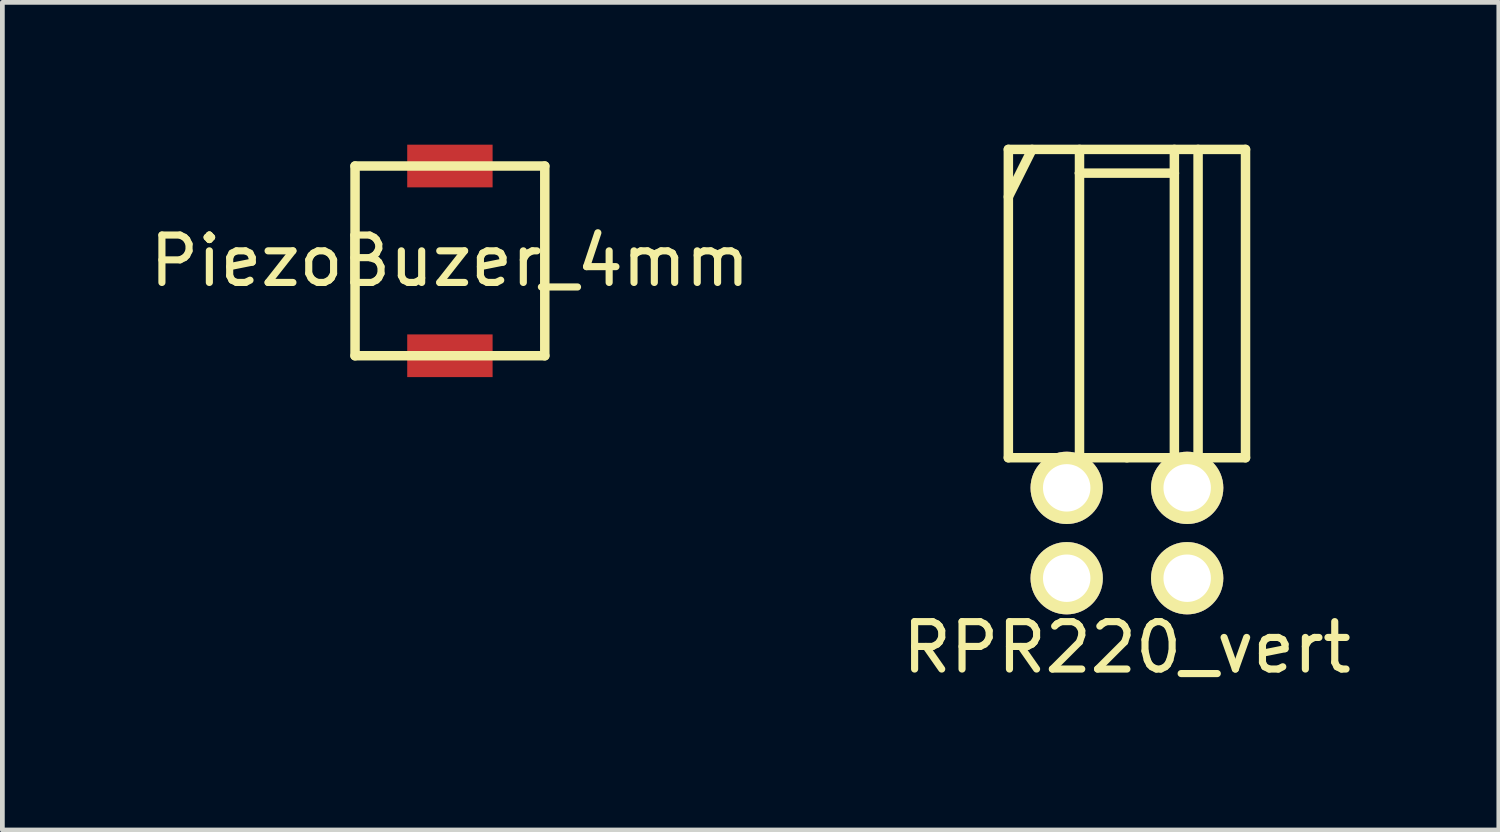
<source format=kicad_pcb>
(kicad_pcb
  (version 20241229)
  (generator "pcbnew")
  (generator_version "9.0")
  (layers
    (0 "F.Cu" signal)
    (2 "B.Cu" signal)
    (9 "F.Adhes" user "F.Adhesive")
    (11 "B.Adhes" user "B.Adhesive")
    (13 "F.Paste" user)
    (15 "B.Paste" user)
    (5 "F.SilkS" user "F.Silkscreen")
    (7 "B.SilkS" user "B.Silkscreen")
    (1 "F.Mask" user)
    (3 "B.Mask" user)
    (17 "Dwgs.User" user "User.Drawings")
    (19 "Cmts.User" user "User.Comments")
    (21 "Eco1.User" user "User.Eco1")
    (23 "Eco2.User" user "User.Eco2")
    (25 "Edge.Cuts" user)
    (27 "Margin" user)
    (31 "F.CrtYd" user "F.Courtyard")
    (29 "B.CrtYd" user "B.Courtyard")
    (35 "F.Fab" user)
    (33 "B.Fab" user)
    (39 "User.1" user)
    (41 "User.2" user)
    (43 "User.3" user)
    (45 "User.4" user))
  (footprint "PiezoBuzer_4mm"
    (layer "F.Cu")
    (at 6.435 2.45)
    (property "Reference" "PiezoBuzer_4mm" (at 0 0 0) (layer "F.SilkS") (effects (font (size 1 1) (thickness 0.15))))
    (attr through_hole)
    (fp_line (start -2 -2) (end -2 2) (stroke (width 0.2) (type solid)) (layer "F.SilkS"))
    (fp_line (start -2 2) (end 2 2) (stroke (width 0.2) (type solid)) (layer "F.SilkS"))
    (fp_line (start 2 -2) (end -2 -2) (stroke (width 0.2) (type solid)) (layer "F.SilkS"))
    (fp_line (start 2 2) (end 2 -2) (stroke (width 0.2) (type solid)) (layer "F.SilkS"))
    (pad "1" smd rect (at 0 -2) (size 1.8 0.9) (layers "F.Cu" "F.Mask" "F.Paste"))
    (pad "2" smd rect (at 0 2) (size 1.8 0.9) (layers "F.Cu" "F.Mask" "F.Paste")))
  (footprint "RPR220_vert"
    (layer "F.Cu")
    (at 20.708 6.6)
    (property "Reference" "RPR220_vert" (at 0 4 0) (layer "F.SilkS") (effects (font (size 1 1) (thickness 0.15))))
    (attr through_hole)
    (fp_line (start -2.5 -6.5) (end -2.5 0) (stroke (width 0.2) (type solid)) (layer "F.SilkS"))
    (fp_line (start -2.5 0) (end 0 0) (stroke (width 0.2) (type solid)) (layer "F.SilkS"))
    (fp_line (start -2 -6.5) (end -2.5 -5.5) (stroke (width 0.2) (type solid)) (layer "F.SilkS"))
    (fp_line (start -1 -6.5) (end -1 -6) (stroke (width 0.2) (type solid)) (layer "F.SilkS"))
    (fp_line (start -1 -6) (end -1 0) (stroke (width 0.2) (type solid)) (layer "F.SilkS"))
    (fp_line (start -1 -6) (end 1 -6) (stroke (width 0.2) (type solid)) (layer "F.SilkS"))
    (fp_line (start 0 0) (end 2.5 0) (stroke (width 0.2) (type solid)) (layer "F.SilkS"))
    (fp_line (start 1 -6) (end 1 -6.5) (stroke (width 0.2) (type solid)) (layer "F.SilkS"))
    (fp_line (start 1 -6) (end 1 0) (stroke (width 0.2) (type solid)) (layer "F.SilkS"))
    (fp_line (start 1.5 -6.5) (end 1.5 0) (stroke (width 0.2) (type solid)) (layer "F.SilkS"))
    (fp_line (start 2.5 -6.5) (end -2.5 -6.5) (stroke (width 0.2) (type solid)) (layer "F.SilkS"))
    (fp_line (start 2.5 0) (end 2.5 -6.5) (stroke (width 0.2) (type solid)) (layer "F.SilkS"))
    (pad "1" thru_hole circle (at -1.27 0.635) (size 1.524 1.524) (drill 1) (layers "*.Cu" "*.Mask" "F.SilkS"))
    (pad "2" thru_hole circle (at 1.27 0.635) (size 1.524 1.524) (drill 1) (layers "*.Cu" "*.Mask" "F.SilkS"))
    (pad "3" thru_hole circle (at 1.27 2.54) (size 1.524 1.524) (drill 1) (layers "*.Cu" "*.Mask" "F.SilkS"))
    (pad "4" thru_hole circle (at -1.27 2.54) (size 1.524 1.524) (drill 1) (layers "*.Cu" "*.Mask" "F.SilkS")))
  (gr_rect
    (start -3 -3)
    (end 28.548 14.448)
    (stroke (width 0.1) (type default))
    (fill no)
    (layer "Edge.Cuts")))
</source>
